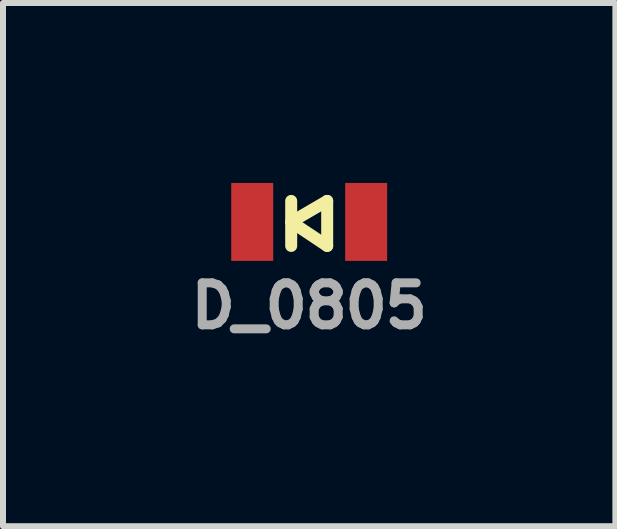
<source format=kicad_pcb>
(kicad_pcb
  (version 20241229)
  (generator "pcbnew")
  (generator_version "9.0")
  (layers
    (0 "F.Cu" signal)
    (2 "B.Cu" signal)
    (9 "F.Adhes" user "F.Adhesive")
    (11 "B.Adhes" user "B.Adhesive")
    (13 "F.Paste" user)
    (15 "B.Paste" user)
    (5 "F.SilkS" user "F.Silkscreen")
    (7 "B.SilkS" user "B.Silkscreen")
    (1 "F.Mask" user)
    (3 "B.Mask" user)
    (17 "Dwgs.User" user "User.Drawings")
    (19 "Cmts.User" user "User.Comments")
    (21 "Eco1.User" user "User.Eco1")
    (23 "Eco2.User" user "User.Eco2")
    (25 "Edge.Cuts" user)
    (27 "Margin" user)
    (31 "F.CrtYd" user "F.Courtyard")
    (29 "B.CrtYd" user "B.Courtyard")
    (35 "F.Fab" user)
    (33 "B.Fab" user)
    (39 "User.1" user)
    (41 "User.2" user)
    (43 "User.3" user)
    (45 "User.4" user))
  (footprint "D_0805"
    (layer "F.Cu")
    (at 2.105 0.65)
    (property "Reference" "D_0805" (at 0 1.4 0) (layer "F.Fab") (effects (font (size 0.7 0.7) (thickness 0.15))))
    (attr smd)
    (fp_line (start -0.3 -0.35) (end -0.3 0.4) (stroke (width 0.2) (type solid)) (layer "F.SilkS"))
    (fp_line (start -0.3 0) (end 0.3 -0.35) (stroke (width 0.2) (type solid)) (layer "F.SilkS"))
    (fp_line (start 0.3 -0.35) (end 0.3 0.4) (stroke (width 0.2) (type solid)) (layer "F.SilkS"))
    (fp_line (start 0.3 0.4) (end -0.3 0) (stroke (width 0.2) (type solid)) (layer "F.SilkS"))
    (pad "1" smd rect (at -0.95 0) (size 0.7 1.3) (layers "F.Cu" "F.Mask" "F.Paste"))
    (pad "2" smd rect (at 0.95 0) (size 0.7 1.3) (layers "F.Cu" "F.Mask" "F.Paste")))
  (gr_rect
    (start -3 -3)
    (end 7.21 5.723)
    (stroke (width 0.1) (type default))
    (fill no)
    (layer "Edge.Cuts")))
</source>
